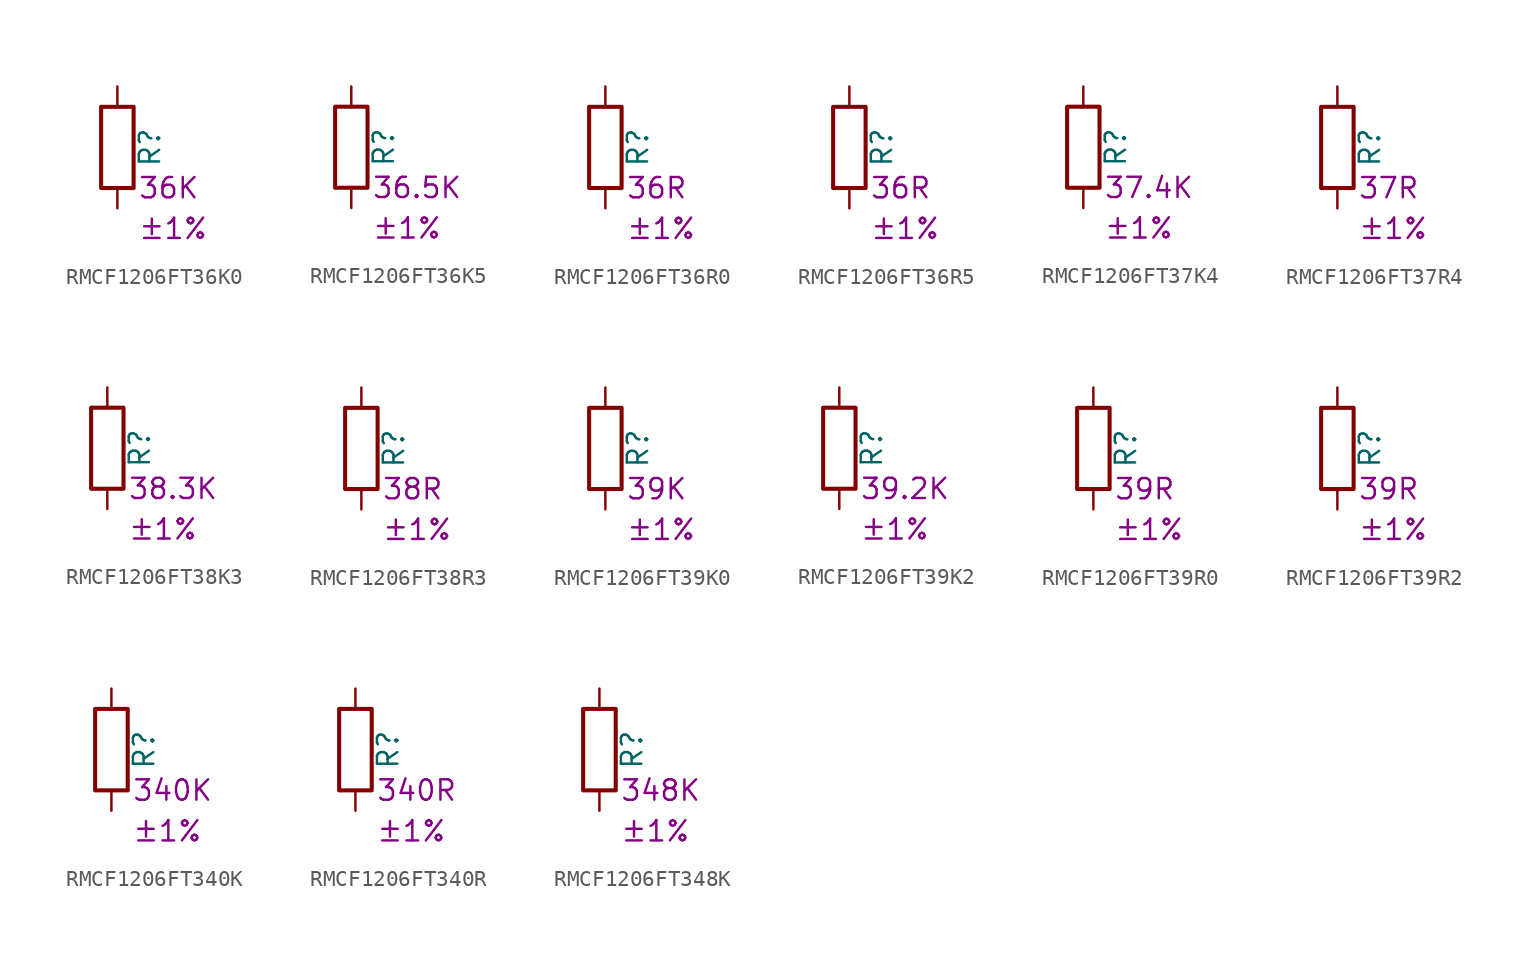
<source format=kicad_sym>
(kicad_symbol_lib
  (version 20220914)
  (generator kicad_symbol_editor)
  (symbol "RMCF1206FT36K0"
    (pin_numbers hide)
    (pin_names
      (offset 0))
    (property "Reference" "R"
      (at 2.032 0 90)
      (effects (font (size 1.27 1.27))))
    (property "Resistance" "36K"
      (at 1.27 -2.54 0)
      (effects (font (size 1.27 1.27)) (justify left)))
    (property "Tolerance" "±1%"
      (at 1.27 -5.08 0)
      (effects (font (size 1.27 1.27)) (justify left)))
    (symbol "RMCF1206FT36K0_0_1"
      (rectangle (start -1.016 -2.54) (end 1.016 2.54) (stroke (width 0.254) (type default)) (fill (type none))))
    (symbol "RMCF1206FT36K0_1_1"
      (pin passive line (at 0 3.81 270) (length 1.27) (name "~" (effects (font (size 1.27 1.27)))) (number "1" (effects (font (size 1.27 1.27)))))
      (pin passive line (at 0 -3.81 90) (length 1.27) (name "~" (effects (font (size 1.27 1.27)))) (number "2" (effects (font (size 1.27 1.27)))))))
  (symbol "RMCF1206FT36K5"
    (pin_numbers hide)
    (pin_names
      (offset 0))
    (property "Reference" "R"
      (at 2.032 0 90)
      (effects (font (size 1.27 1.27))))
    (property "Resistance" "36.5K"
      (at 1.27 -2.54 0)
      (effects (font (size 1.27 1.27)) (justify left)))
    (property "Tolerance" "±1%"
      (at 1.27 -5.08 0)
      (effects (font (size 1.27 1.27)) (justify left)))
    (symbol "RMCF1206FT36K5_0_1"
      (rectangle (start -1.016 -2.54) (end 1.016 2.54) (stroke (width 0.254) (type default)) (fill (type none))))
    (symbol "RMCF1206FT36K5_1_1"
      (pin passive line (at 0 3.81 270) (length 1.27) (name "~" (effects (font (size 1.27 1.27)))) (number "1" (effects (font (size 1.27 1.27)))))
      (pin passive line (at 0 -3.81 90) (length 1.27) (name "~" (effects (font (size 1.27 1.27)))) (number "2" (effects (font (size 1.27 1.27)))))))
  (symbol "RMCF1206FT36R0"
    (pin_numbers hide)
    (pin_names
      (offset 0))
    (property "Reference" "R"
      (at 2.032 0 90)
      (effects (font (size 1.27 1.27))))
    (property "Resistance" "36R"
      (at 1.27 -2.54 0)
      (effects (font (size 1.27 1.27)) (justify left)))
    (property "Tolerance" "±1%"
      (at 1.27 -5.08 0)
      (effects (font (size 1.27 1.27)) (justify left)))
    (symbol "RMCF1206FT36R0_0_1"
      (rectangle (start -1.016 -2.54) (end 1.016 2.54) (stroke (width 0.254) (type default)) (fill (type none))))
    (symbol "RMCF1206FT36R0_1_1"
      (pin passive line (at 0 3.81 270) (length 1.27) (name "~" (effects (font (size 1.27 1.27)))) (number "1" (effects (font (size 1.27 1.27)))))
      (pin passive line (at 0 -3.81 90) (length 1.27) (name "~" (effects (font (size 1.27 1.27)))) (number "2" (effects (font (size 1.27 1.27)))))))
  (symbol "RMCF1206FT36R5"
    (pin_numbers hide)
    (pin_names
      (offset 0))
    (property "Reference" "R"
      (at 2.032 0 90)
      (effects (font (size 1.27 1.27))))
    (property "Resistance" "36R"
      (at 1.27 -2.54 0)
      (effects (font (size 1.27 1.27)) (justify left)))
    (property "Tolerance" "±1%"
      (at 1.27 -5.08 0)
      (effects (font (size 1.27 1.27)) (justify left)))
    (symbol "RMCF1206FT36R5_0_1"
      (rectangle (start -1.016 -2.54) (end 1.016 2.54) (stroke (width 0.254) (type default)) (fill (type none))))
    (symbol "RMCF1206FT36R5_1_1"
      (pin passive line (at 0 3.81 270) (length 1.27) (name "~" (effects (font (size 1.27 1.27)))) (number "1" (effects (font (size 1.27 1.27)))))
      (pin passive line (at 0 -3.81 90) (length 1.27) (name "~" (effects (font (size 1.27 1.27)))) (number "2" (effects (font (size 1.27 1.27)))))))
  (symbol "RMCF1206FT37K4"
    (pin_numbers hide)
    (pin_names
      (offset 0))
    (property "Reference" "R"
      (at 2.032 0 90)
      (effects (font (size 1.27 1.27))))
    (property "Resistance" "37.4K"
      (at 1.27 -2.54 0)
      (effects (font (size 1.27 1.27)) (justify left)))
    (property "Tolerance" "±1%"
      (at 1.27 -5.08 0)
      (effects (font (size 1.27 1.27)) (justify left)))
    (symbol "RMCF1206FT37K4_0_1"
      (rectangle (start -1.016 -2.54) (end 1.016 2.54) (stroke (width 0.254) (type default)) (fill (type none))))
    (symbol "RMCF1206FT37K4_1_1"
      (pin passive line (at 0 3.81 270) (length 1.27) (name "~" (effects (font (size 1.27 1.27)))) (number "1" (effects (font (size 1.27 1.27)))))
      (pin passive line (at 0 -3.81 90) (length 1.27) (name "~" (effects (font (size 1.27 1.27)))) (number "2" (effects (font (size 1.27 1.27)))))))
  (symbol "RMCF1206FT37R4"
    (pin_numbers hide)
    (pin_names
      (offset 0))
    (property "Reference" "R"
      (at 2.032 0 90)
      (effects (font (size 1.27 1.27))))
    (property "Resistance" "37R"
      (at 1.27 -2.54 0)
      (effects (font (size 1.27 1.27)) (justify left)))
    (property "Tolerance" "±1%"
      (at 1.27 -5.08 0)
      (effects (font (size 1.27 1.27)) (justify left)))
    (symbol "RMCF1206FT37R4_0_1"
      (rectangle (start -1.016 -2.54) (end 1.016 2.54) (stroke (width 0.254) (type default)) (fill (type none))))
    (symbol "RMCF1206FT37R4_1_1"
      (pin passive line (at 0 3.81 270) (length 1.27) (name "~" (effects (font (size 1.27 1.27)))) (number "1" (effects (font (size 1.27 1.27)))))
      (pin passive line (at 0 -3.81 90) (length 1.27) (name "~" (effects (font (size 1.27 1.27)))) (number "2" (effects (font (size 1.27 1.27)))))))
  (symbol "RMCF1206FT38K3"
    (pin_numbers hide)
    (pin_names
      (offset 0))
    (property "Reference" "R"
      (at 2.032 0 90)
      (effects (font (size 1.27 1.27))))
    (property "Resistance" "38.3K"
      (at 1.27 -2.54 0)
      (effects (font (size 1.27 1.27)) (justify left)))
    (property "Tolerance" "±1%"
      (at 1.27 -5.08 0)
      (effects (font (size 1.27 1.27)) (justify left)))
    (symbol "RMCF1206FT38K3_0_1"
      (rectangle (start -1.016 -2.54) (end 1.016 2.54) (stroke (width 0.254) (type default)) (fill (type none))))
    (symbol "RMCF1206FT38K3_1_1"
      (pin passive line (at 0 3.81 270) (length 1.27) (name "~" (effects (font (size 1.27 1.27)))) (number "1" (effects (font (size 1.27 1.27)))))
      (pin passive line (at 0 -3.81 90) (length 1.27) (name "~" (effects (font (size 1.27 1.27)))) (number "2" (effects (font (size 1.27 1.27)))))))
  (symbol "RMCF1206FT38R3"
    (pin_numbers hide)
    (pin_names
      (offset 0))
    (property "Reference" "R"
      (at 2.032 0 90)
      (effects (font (size 1.27 1.27))))
    (property "Resistance" "38R"
      (at 1.27 -2.54 0)
      (effects (font (size 1.27 1.27)) (justify left)))
    (property "Tolerance" "±1%"
      (at 1.27 -5.08 0)
      (effects (font (size 1.27 1.27)) (justify left)))
    (symbol "RMCF1206FT38R3_0_1"
      (rectangle (start -1.016 -2.54) (end 1.016 2.54) (stroke (width 0.254) (type default)) (fill (type none))))
    (symbol "RMCF1206FT38R3_1_1"
      (pin passive line (at 0 3.81 270) (length 1.27) (name "~" (effects (font (size 1.27 1.27)))) (number "1" (effects (font (size 1.27 1.27)))))
      (pin passive line (at 0 -3.81 90) (length 1.27) (name "~" (effects (font (size 1.27 1.27)))) (number "2" (effects (font (size 1.27 1.27)))))))
  (symbol "RMCF1206FT39K0"
    (pin_numbers hide)
    (pin_names
      (offset 0))
    (property "Reference" "R"
      (at 2.032 0 90)
      (effects (font (size 1.27 1.27))))
    (property "Resistance" "39K"
      (at 1.27 -2.54 0)
      (effects (font (size 1.27 1.27)) (justify left)))
    (property "Tolerance" "±1%"
      (at 1.27 -5.08 0)
      (effects (font (size 1.27 1.27)) (justify left)))
    (symbol "RMCF1206FT39K0_0_1"
      (rectangle (start -1.016 -2.54) (end 1.016 2.54) (stroke (width 0.254) (type default)) (fill (type none))))
    (symbol "RMCF1206FT39K0_1_1"
      (pin passive line (at 0 3.81 270) (length 1.27) (name "~" (effects (font (size 1.27 1.27)))) (number "1" (effects (font (size 1.27 1.27)))))
      (pin passive line (at 0 -3.81 90) (length 1.27) (name "~" (effects (font (size 1.27 1.27)))) (number "2" (effects (font (size 1.27 1.27)))))))
  (symbol "RMCF1206FT39K2"
    (pin_numbers hide)
    (pin_names
      (offset 0))
    (property "Reference" "R"
      (at 2.032 0 90)
      (effects (font (size 1.27 1.27))))
    (property "Resistance" "39.2K"
      (at 1.27 -2.54 0)
      (effects (font (size 1.27 1.27)) (justify left)))
    (property "Tolerance" "±1%"
      (at 1.27 -5.08 0)
      (effects (font (size 1.27 1.27)) (justify left)))
    (symbol "RMCF1206FT39K2_0_1"
      (rectangle (start -1.016 -2.54) (end 1.016 2.54) (stroke (width 0.254) (type default)) (fill (type none))))
    (symbol "RMCF1206FT39K2_1_1"
      (pin passive line (at 0 3.81 270) (length 1.27) (name "~" (effects (font (size 1.27 1.27)))) (number "1" (effects (font (size 1.27 1.27)))))
      (pin passive line (at 0 -3.81 90) (length 1.27) (name "~" (effects (font (size 1.27 1.27)))) (number "2" (effects (font (size 1.27 1.27)))))))
  (symbol "RMCF1206FT39R0"
    (pin_numbers hide)
    (pin_names
      (offset 0))
    (property "Reference" "R"
      (at 2.032 0 90)
      (effects (font (size 1.27 1.27))))
    (property "Resistance" "39R"
      (at 1.27 -2.54 0)
      (effects (font (size 1.27 1.27)) (justify left)))
    (property "Tolerance" "±1%"
      (at 1.27 -5.08 0)
      (effects (font (size 1.27 1.27)) (justify left)))
    (symbol "RMCF1206FT39R0_0_1"
      (rectangle (start -1.016 -2.54) (end 1.016 2.54) (stroke (width 0.254) (type default)) (fill (type none))))
    (symbol "RMCF1206FT39R0_1_1"
      (pin passive line (at 0 3.81 270) (length 1.27) (name "~" (effects (font (size 1.27 1.27)))) (number "1" (effects (font (size 1.27 1.27)))))
      (pin passive line (at 0 -3.81 90) (length 1.27) (name "~" (effects (font (size 1.27 1.27)))) (number "2" (effects (font (size 1.27 1.27)))))))
  (symbol "RMCF1206FT39R2"
    (pin_numbers hide)
    (pin_names
      (offset 0))
    (property "Reference" "R"
      (at 2.032 0 90)
      (effects (font (size 1.27 1.27))))
    (property "Resistance" "39R"
      (at 1.27 -2.54 0)
      (effects (font (size 1.27 1.27)) (justify left)))
    (property "Tolerance" "±1%"
      (at 1.27 -5.08 0)
      (effects (font (size 1.27 1.27)) (justify left)))
    (symbol "RMCF1206FT39R2_0_1"
      (rectangle (start -1.016 -2.54) (end 1.016 2.54) (stroke (width 0.254) (type default)) (fill (type none))))
    (symbol "RMCF1206FT39R2_1_1"
      (pin passive line (at 0 3.81 270) (length 1.27) (name "~" (effects (font (size 1.27 1.27)))) (number "1" (effects (font (size 1.27 1.27)))))
      (pin passive line (at 0 -3.81 90) (length 1.27) (name "~" (effects (font (size 1.27 1.27)))) (number "2" (effects (font (size 1.27 1.27)))))))
  (symbol "RMCF1206FT340K"
    (pin_numbers hide)
    (pin_names
      (offset 0))
    (property "Reference" "R"
      (at 2.032 0 90)
      (effects (font (size 1.27 1.27))))
    (property "Resistance" "340K"
      (at 1.27 -2.54 0)
      (effects (font (size 1.27 1.27)) (justify left)))
    (property "Tolerance" "±1%"
      (at 1.27 -5.08 0)
      (effects (font (size 1.27 1.27)) (justify left)))
    (symbol "RMCF1206FT340K_0_1"
      (rectangle (start -1.016 -2.54) (end 1.016 2.54) (stroke (width 0.254) (type default)) (fill (type none))))
    (symbol "RMCF1206FT340K_1_1"
      (pin passive line (at 0 3.81 270) (length 1.27) (name "~" (effects (font (size 1.27 1.27)))) (number "1" (effects (font (size 1.27 1.27)))))
      (pin passive line (at 0 -3.81 90) (length 1.27) (name "~" (effects (font (size 1.27 1.27)))) (number "2" (effects (font (size 1.27 1.27)))))))
  (symbol "RMCF1206FT340R"
    (pin_numbers hide)
    (pin_names
      (offset 0))
    (property "Reference" "R"
      (at 2.032 0 90)
      (effects (font (size 1.27 1.27))))
    (property "Resistance" "340R"
      (at 1.27 -2.54 0)
      (effects (font (size 1.27 1.27)) (justify left)))
    (property "Tolerance" "±1%"
      (at 1.27 -5.08 0)
      (effects (font (size 1.27 1.27)) (justify left)))
    (symbol "RMCF1206FT340R_0_1"
      (rectangle (start -1.016 -2.54) (end 1.016 2.54) (stroke (width 0.254) (type default)) (fill (type none))))
    (symbol "RMCF1206FT340R_1_1"
      (pin passive line (at 0 3.81 270) (length 1.27) (name "~" (effects (font (size 1.27 1.27)))) (number "1" (effects (font (size 1.27 1.27)))))
      (pin passive line (at 0 -3.81 90) (length 1.27) (name "~" (effects (font (size 1.27 1.27)))) (number "2" (effects (font (size 1.27 1.27)))))))
  (symbol "RMCF1206FT348K"
    (pin_numbers hide)
    (pin_names
      (offset 0))
    (property "Reference" "R"
      (at 2.032 0 90)
      (effects (font (size 1.27 1.27))))
    (property "Resistance" "348K"
      (at 1.27 -2.54 0)
      (effects (font (size 1.27 1.27)) (justify left)))
    (property "Tolerance" "±1%"
      (at 1.27 -5.08 0)
      (effects (font (size 1.27 1.27)) (justify left)))
    (symbol "RMCF1206FT348K_0_1"
      (rectangle (start -1.016 -2.54) (end 1.016 2.54) (stroke (width 0.254) (type default)) (fill (type none))))
    (symbol "RMCF1206FT348K_1_1"
      (pin passive line (at 0 3.81 270) (length 1.27) (name "~" (effects (font (size 1.27 1.27)))) (number "1" (effects (font (size 1.27 1.27)))))
      (pin passive line (at 0 -3.81 90) (length 1.27) (name "~" (effects (font (size 1.27 1.27)))) (number "2" (effects (font (size 1.27 1.27))))))))
</source>
